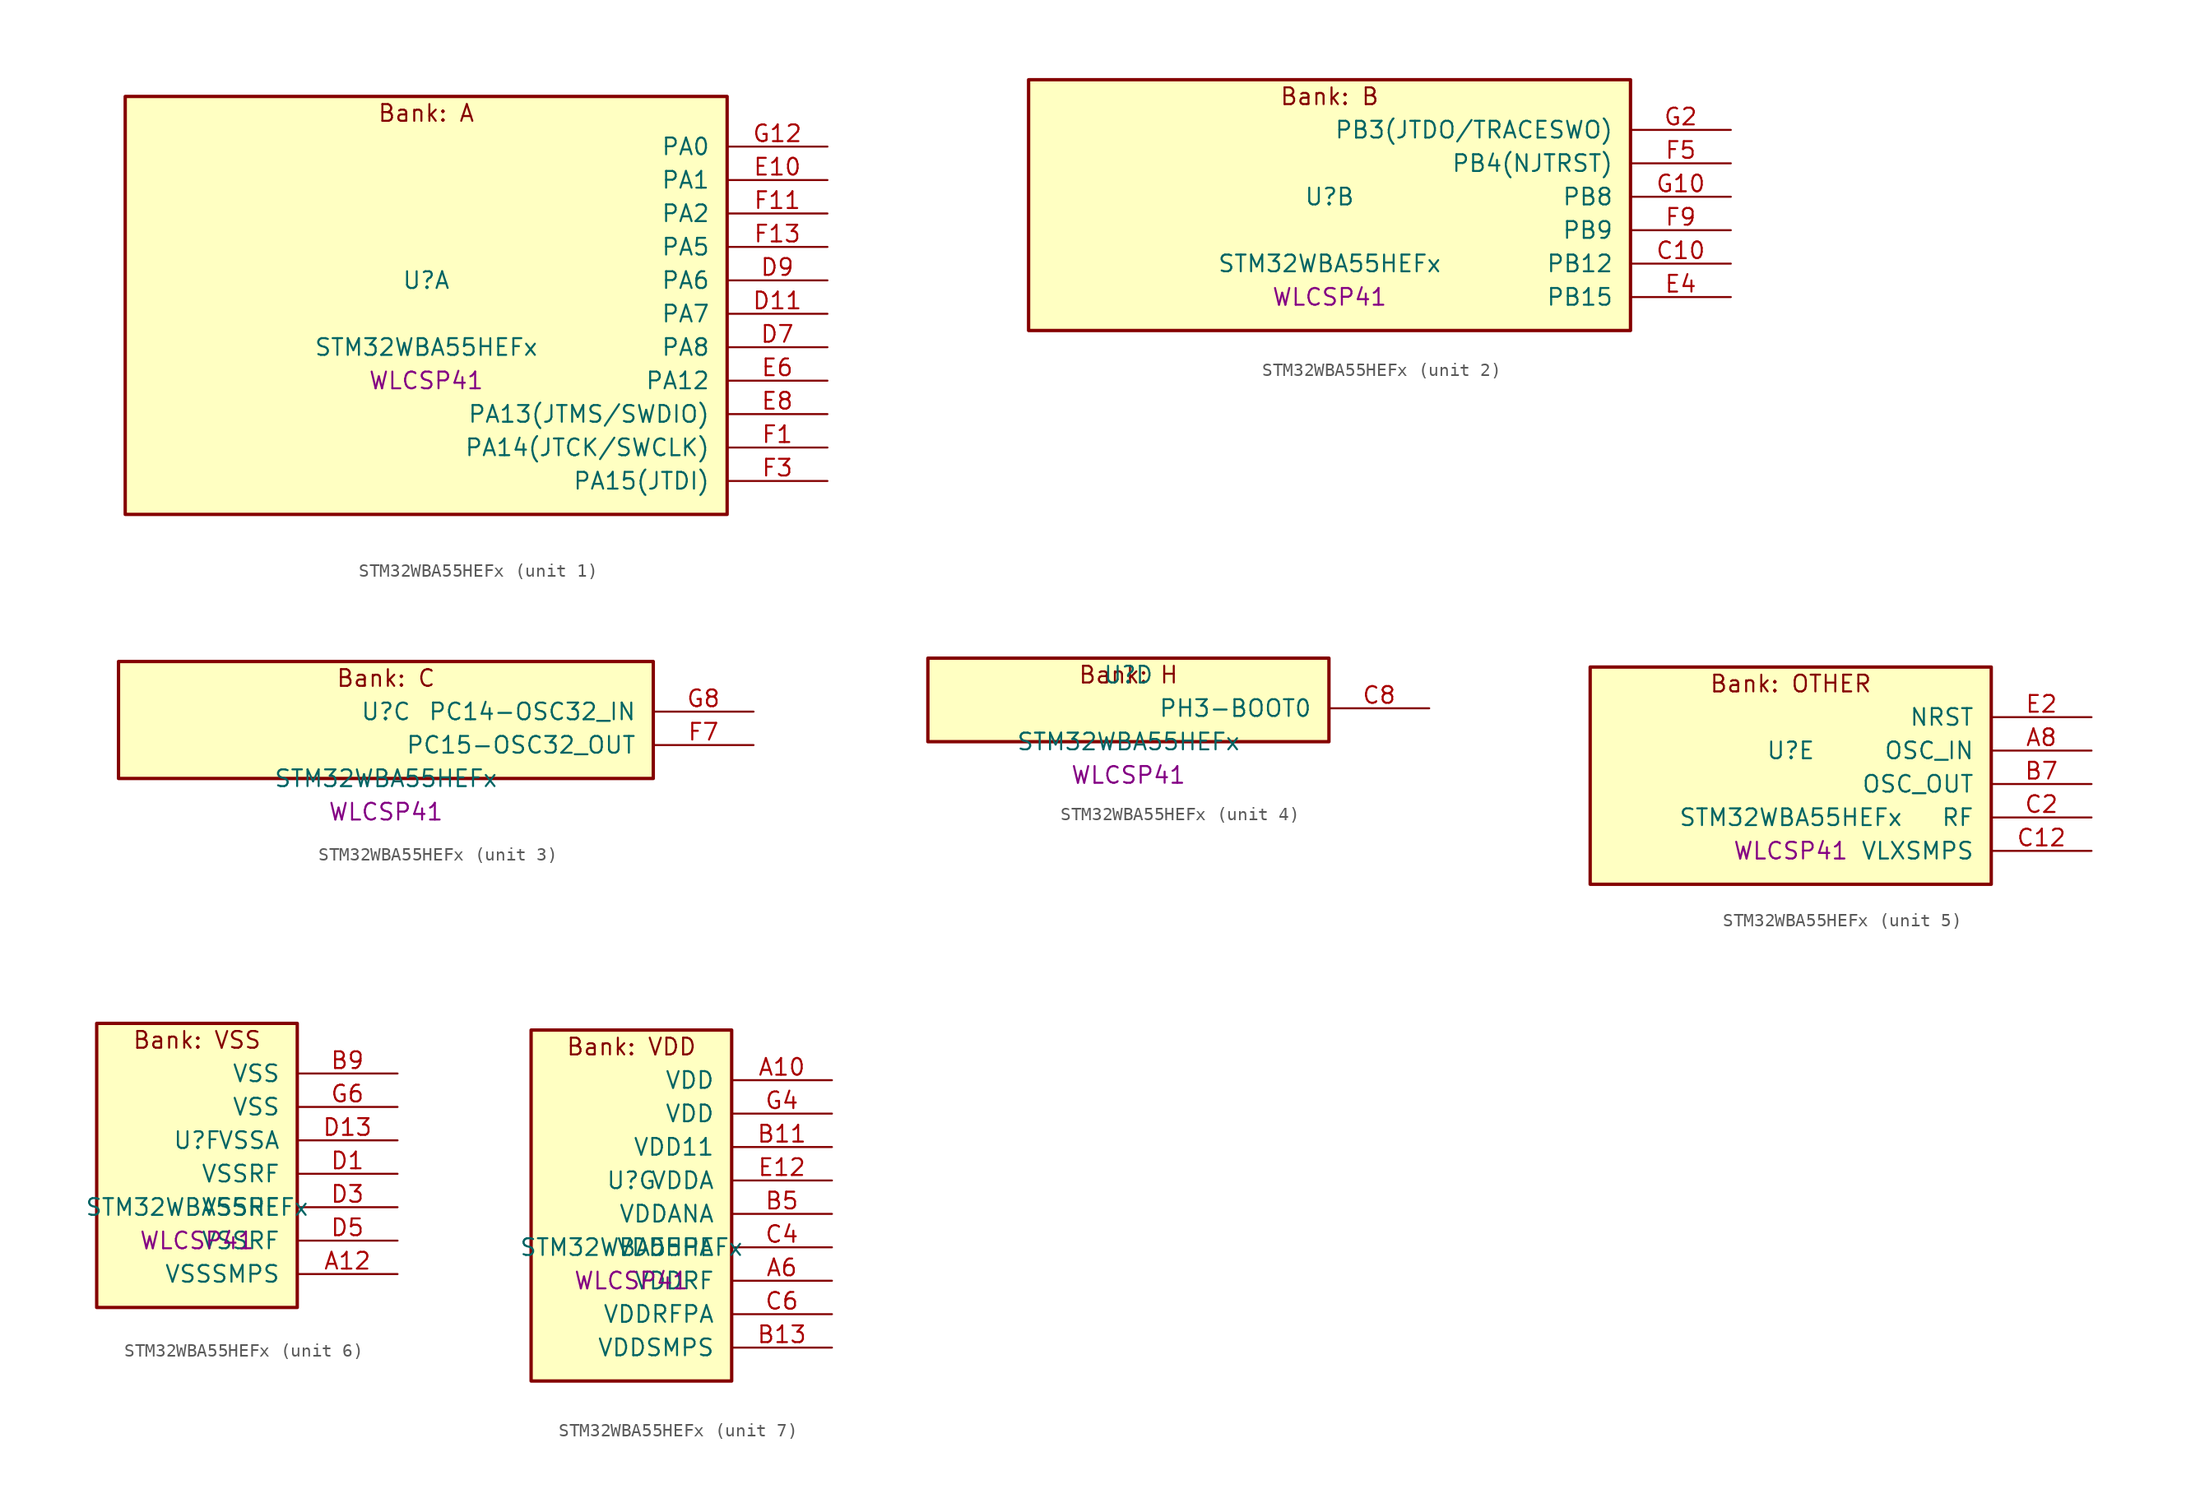
<source format=kicad_sym>
(kicad_symbol_lib
  (version 20241209)
  (generator "stm32_pkl_generator")
  (generator_version "1.0")
  (symbol "STM32WBA55HEFx"
    (pin_names
      (offset 1.27))
    (property "Reference" "U"
      (at 0 2.54 0))
    (property "Value" "STM32WBA55HEFx"
      (at 0 -2.54 0))
    (property "Footprint" "WLCSP41"
      (at 0 -5.08 0))
    (symbol "STM32WBA55HEFx_1_1"
      (rectangle (start -22.86 16.51) (end 22.86 -15.24) (stroke (width 0.254) (type solid)) (fill (type background)))
      (text "Bank: A" (at 0 15.24 0))
      (pin bidirectional line (at 30.48 12.7 180) (length 7.62) (name "PA0") (number "G12") (alternate "PA0/ADC4_IN9" bidirectional line) (alternate "PA0/COMP2_INP" bidirectional line) (alternate "PA0/LPTIM1_IN1" bidirectional line) (alternate "PA0/LPUART1_CTS" bidirectional line) (alternate "PA0/PWR_WKUP1" bidirectional line) (alternate "PA0/SPI3_SCK" bidirectional line) (alternate "PA0/TIM1_CH2N" bidirectional line) (alternate "PA0/TIM3_CH3" bidirectional line) (alternate "PA0/TIM3_ETR" bidirectional line) (alternate "PA0/TSC_G2_IO2" bidirectional line))
      (pin bidirectional line (at 30.48 10.16 180) (length 7.62) (name "PA1") (number "E10") (alternate "PA1/ADC4_IN8" bidirectional line) (alternate "PA1/COMP1_INM" bidirectional line) (alternate "PA1/LPTIM2_CH2" bidirectional line) (alternate "PA1/LPUART1_RX" bidirectional line) (alternate "PA1/PWR_WKUP3" bidirectional line) (alternate "PA1/SAI1_CK1" bidirectional line) (alternate "PA1/SPI1_RDY" bidirectional line) (alternate "PA1/TIM17_CH1" bidirectional line) (alternate "PA1/TIM1_CH1N" bidirectional line) (alternate "PA1/TIM3_CH2" bidirectional line) (alternate "PA1/TSC_G2_IO1" bidirectional line) (alternate "PA1/USART1_CK" bidirectional line))
      (pin bidirectional line (at 30.48 7.62 180) (length 7.62) (name "PA2") (number "F11") (alternate "PA2/ADC4_IN7" bidirectional line) (alternate "PA2/COMP1_INP" bidirectional line) (alternate "PA2/LPUART1_TX" bidirectional line) (alternate "PA2/PWR_WKUP4" bidirectional line) (alternate "PA2/RCC_LSCO" bidirectional line) (alternate "PA2/SAI1_D1" bidirectional line) (alternate "PA2/TIM16_CH1" bidirectional line) (alternate "PA2/TIM1_BKIN" bidirectional line) (alternate "PA2/TIM3_CH1" bidirectional line) (alternate "PA2/TSC_G4_IO4" bidirectional line) (alternate "PA2/USART1_DE" bidirectional line) (alternate "PA2/USART1_RTS" bidirectional line))
      (pin bidirectional line (at 30.48 5.08 180) (length 7.62) (name "PA5") (number "F13") (alternate "PA5/ADC4_IN4" bidirectional line) (alternate "PA5/AUDIOCLK" bidirectional line) (alternate "PA5/LPTIM2_ETR" bidirectional line) (alternate "PA5/PWR_CSLEEP" bidirectional line) (alternate "PA5/PWR_WKUP6" bidirectional line) (alternate "PA5/SAI1_D2" bidirectional line) (alternate "PA5/SPI3_NSS" bidirectional line) (alternate "PA5/TIM2_CH1" bidirectional line) (alternate "PA5/TIM2_ETR" bidirectional line) (alternate "PA5/TSC_G1_IO4" bidirectional line) (alternate "PA5/USART1_CK" bidirectional line))
      (pin bidirectional line (at 30.48 2.54 180) (length 7.62) (name "PA6") (number "D9") (alternate "PA6/ADC4_IN3" bidirectional line) (alternate "PA6/I2C3_SCL" bidirectional line) (alternate "PA6/PWR_CSTOP" bidirectional line) (alternate "PA6/PWR_WKUP7" bidirectional line) (alternate "PA6/SAI1_CK2" bidirectional line) (alternate "PA6/SAI1_MCLK_A" bidirectional line) (alternate "PA6/SPI3_RDY" bidirectional line) (alternate "PA6/TIM2_CH4" bidirectional line) (alternate "PA6/TSC_G1_IO3" bidirectional line) (alternate "PA6/USART1_DE" bidirectional line) (alternate "PA6/USART1_RTS" bidirectional line))
      (pin bidirectional line (at 30.48 0 180) (length 7.62) (name "PA7") (number "D11") (alternate "PA7/ADC4_IN2" bidirectional line) (alternate "PA7/COMP1_OUT" bidirectional line) (alternate "PA7/I2C3_SDA" bidirectional line) (alternate "PA7/PWR_WKUP8" bidirectional line) (alternate "PA7/SAI1_SCK_A" bidirectional line) (alternate "PA7/TAMP_IN1" bidirectional line) (alternate "PA7/TAMP_OUT2" bidirectional line) (alternate "PA7/TIM2_CH3" bidirectional line) (alternate "PA7/TSC_G1_IO2" bidirectional line) (alternate "PA7/USART1_CTS" bidirectional line))
      (pin bidirectional line (at 30.48 -2.54 180) (length 7.62) (name "PA8") (number "D7") (alternate "PA8/ADC4_IN1" bidirectional line) (alternate "PA8/LPTIM1_CH2" bidirectional line) (alternate "PA8/RCC_MCO" bidirectional line) (alternate "PA8/SAI1_FS_A" bidirectional line) (alternate "PA8/SPI3_RDY" bidirectional line) (alternate "PA8/TIM2_CH2" bidirectional line) (alternate "PA8/TSC_G1_IO1" bidirectional line) (alternate "PA8/USART1_RX" bidirectional line))
      (pin bidirectional line (at 30.48 -5.08 180) (length 7.62) (name "PA12") (number "E6") (alternate "PA12/COMP2_OUT" bidirectional line) (alternate "PA12/PTA_STATUS" bidirectional line) (alternate "PA12/PWR_WKUP6" bidirectional line) (alternate "PA12/RF_ANTSW0" bidirectional line) (alternate "PA12/SPI1_NSS" bidirectional line) (alternate "PA12/TIM1_CH2" bidirectional line) (alternate "PA12/TSC_G3_IO4" bidirectional line) (alternate "PA12/USART2_TX" bidirectional line))
      (pin bidirectional line (at 30.48 -7.62 180) (length 7.62) (name "PA13(JTMS/SWDIO)") (number "E8") (alternate "PA13(JTMS/SWDIO)/DEBUG_JTMS-SWDIO" bidirectional line) (alternate "PA13(JTMS/SWDIO)/IR_OUT" bidirectional line) (alternate "PA13(JTMS/SWDIO)/PTA_PRIORITY" bidirectional line))
      (pin bidirectional line (at 30.48 -10.16 180) (length 7.62) (name "PA14(JTCK/SWCLK)") (number "F1") (alternate "PA14(JTCK/SWCLK)/COMP2_OUT" bidirectional line) (alternate "PA14(JTCK/SWCLK)/DEBUG_JTCK-SWCLK" bidirectional line) (alternate "PA14(JTCK/SWCLK)/PTA_STATUS" bidirectional line) (alternate "PA14(JTCK/SWCLK)/TAMP_IN3" bidirectional line) (alternate "PA14(JTCK/SWCLK)/TAMP_OUT6" bidirectional line) (alternate "PA14(JTCK/SWCLK)/USART2_TX" bidirectional line))
      (pin bidirectional line (at 30.48 -12.7 180) (length 7.62) (name "PA15(JTDI)") (number "F3") (alternate "PA15(JTDI)/ADC4_EXTI15" bidirectional line) (alternate "PA15(JTDI)/DEBUG_JTDI" bidirectional line) (alternate "PA15(JTDI)/I2C1_SCL" bidirectional line) (alternate "PA15(JTDI)/LPTIM1_CH2" bidirectional line) (alternate "PA15(JTDI)/PTA_STATUS" bidirectional line) (alternate "PA15(JTDI)/SPI1_MOSI" bidirectional line) (alternate "PA15(JTDI)/TIM17_BKIN" bidirectional line) (alternate "PA15(JTDI)/TIM1_ETR" bidirectional line) (alternate "PA15(JTDI)/TSC_G3_IO3" bidirectional line) (alternate "PA15(JTDI)/USART2_DE" bidirectional line) (alternate "PA15(JTDI)/USART2_RTS" bidirectional line)))
    (symbol "STM32WBA55HEFx_2_1"
      (rectangle (start -22.86 11.43) (end 22.86 -7.62) (stroke (width 0.254) (type solid)) (fill (type background)))
      (text "Bank: B" (at 0 10.16 0))
      (pin bidirectional line (at 30.48 7.62 180) (length 7.62) (name "PB3(JTDO/TRACESWO)") (number "G2") (alternate "PB3(JTDO/TRACESWO)/DEBUG_JTDO-SWO" bidirectional line) (alternate "PB3(JTDO/TRACESWO)/I2C1_SDA" bidirectional line) (alternate "PB3(JTDO/TRACESWO)/LPTIM1_IN2" bidirectional line) (alternate "PB3(JTDO/TRACESWO)/PTA_ACTIVE" bidirectional line) (alternate "PB3(JTDO/TRACESWO)/SPI1_MISO" bidirectional line) (alternate "PB3(JTDO/TRACESWO)/TIM17_CH1N" bidirectional line) (alternate "PB3(JTDO/TRACESWO)/TIM1_CH4" bidirectional line) (alternate "PB3(JTDO/TRACESWO)/TSC_G3_IO2" bidirectional line) (alternate "PB3(JTDO/TRACESWO)/USART2_CK" bidirectional line))
      (pin bidirectional line (at 30.48 5.08 180) (length 7.62) (name "PB4(NJTRST)") (number "F5") (alternate "PB4(NJTRST)/DEBUG_JTRST" bidirectional line) (alternate "PB4(NJTRST)/LPTIM2_IN2" bidirectional line) (alternate "PB4(NJTRST)/PTA_ACTIVE" bidirectional line) (alternate "PB4(NJTRST)/PTA_PRIORITY" bidirectional line) (alternate "PB4(NJTRST)/SAI1_MCLK_B" bidirectional line) (alternate "PB4(NJTRST)/SPI1_SCK" bidirectional line) (alternate "PB4(NJTRST)/TIM17_CH1" bidirectional line) (alternate "PB4(NJTRST)/TIM1_CH3" bidirectional line) (alternate "PB4(NJTRST)/TSC_G3_IO1" bidirectional line) (alternate "PB4(NJTRST)/USART2_RX" bidirectional line))
      (pin bidirectional line (at 30.48 2.54 180) (length 7.62) (name "PB8") (number "G10") (alternate "PB8/COMP1_OUT" bidirectional line) (alternate "PB8/LPTIM1_ETR" bidirectional line) (alternate "PB8/PWR_PVD_IN" bidirectional line) (alternate "PB8/SPI3_MOSI" bidirectional line) (alternate "PB8/TIM16_CH1N" bidirectional line) (alternate "PB8/TIM1_CH1" bidirectional line) (alternate "PB8/TIM3_ETR" bidirectional line) (alternate "PB8/TSC_G2_IO4" bidirectional line) (alternate "PB8/USART2_RX" bidirectional line))
      (pin bidirectional line (at 30.48 0 180) (length 7.62) (name "PB9") (number "F9") (alternate "PB9/ADC4_IN10" bidirectional line) (alternate "PB9/COMP2_INM" bidirectional line) (alternate "PB9/IR_OUT" bidirectional line) (alternate "PB9/LPTIM2_IN1" bidirectional line) (alternate "PB9/LPUART1_DE" bidirectional line) (alternate "PB9/LPUART1_RTS" bidirectional line) (alternate "PB9/PWR_WKUP8" bidirectional line) (alternate "PB9/SPI3_MISO" bidirectional line) (alternate "PB9/TIM16_CH1" bidirectional line) (alternate "PB9/TIM1_CH3N" bidirectional line) (alternate "PB9/TIM3_CH4" bidirectional line) (alternate "PB9/TSC_G2_IO3" bidirectional line))
      (pin bidirectional line (at 30.48 -2.54 180) (length 7.62) (name "PB12") (number "C10") (alternate "PB12/SAI1_SD_A" bidirectional line) (alternate "PB12/SPI1_RDY" bidirectional line) (alternate "PB12/TIM2_CH1" bidirectional line) (alternate "PB12/TIM2_ETR" bidirectional line) (alternate "PB12/TIM3_ETR" bidirectional line) (alternate "PB12/TSC_SYNC" bidirectional line) (alternate "PB12/USART1_TX" bidirectional line))
      (pin bidirectional line (at 30.48 -5.08 180) (length 7.62) (name "PB15") (number "E4") (alternate "PB15/ADC4_EXTI15" bidirectional line) (alternate "PB15/I2C1_SMBA" bidirectional line) (alternate "PB15/I2C3_SMBA" bidirectional line) (alternate "PB15/LPUART1_CTS" bidirectional line) (alternate "PB15/PTA_GRANT" bidirectional line) (alternate "PB15/RF_EXTPABYP" bidirectional line) (alternate "PB15/TIM16_BKIN" bidirectional line) (alternate "PB15/TIM1_BKIN2" bidirectional line) (alternate "PB15/USART2_CTS" bidirectional line)))
    (symbol "STM32WBA55HEFx_3_1"
      (rectangle (start -20.32 6.35) (end 20.32 -2.54) (stroke (width 0.254) (type solid)) (fill (type background)))
      (text "Bank: C" (at 0 5.08 0))
      (pin bidirectional line (at 27.94 2.54 180) (length 7.62) (name "PC14-OSC32_IN") (number "G8") (alternate "PC14-OSC32_IN/RCC_OSC32_IN" bidirectional line))
      (pin bidirectional line (at 27.94 0 180) (length 7.62) (name "PC15-OSC32_OUT") (number "F7") (alternate "PC15-OSC32_OUT/ADC4_EXTI15" bidirectional line) (alternate "PC15-OSC32_OUT/RCC_OSC32_OUT" bidirectional line)))
    (symbol "STM32WBA55HEFx_4_1"
      (rectangle (start -15.24 3.81) (end 15.24 -2.54) (stroke (width 0.254) (type solid)) (fill (type background)))
      (text "Bank: H" (at 0 2.54 0))
      (pin bidirectional line (at 22.86 0 180) (length 7.62) (name "PH3-BOOT0") (number "C8") (alternate "PH3-BOOT0/PTA_GRANT" bidirectional line) (alternate "PH3-BOOT0/RF_EXTPABYP" bidirectional line) (alternate "PH3-BOOT0/TAMP_IN2" bidirectional line) (alternate "PH3-BOOT0/TAMP_OUT1" bidirectional line)))
    (symbol "STM32WBA55HEFx_5_1"
      (rectangle (start -15.24 8.89) (end 15.24 -7.62) (stroke (width 0.254) (type solid)) (fill (type background)))
      (text "Bank: OTHER" (at 0 7.62 0))
      (pin input line (at 22.86 5.08 180) (length 7.62) (name "NRST") (number "E2"))
      (pin bidirectional line (at 22.86 2.54 180) (length 7.62) (name "OSC_IN") (number "A8") (alternate "OSC_IN/RCC_OSC_IN" bidirectional line))
      (pin bidirectional line (at 22.86 0 180) (length 7.62) (name "OSC_OUT") (number "B7") (alternate "OSC_OUT/RCC_OSC_OUT" bidirectional line))
      (pin bidirectional line (at 22.86 -2.54 180) (length 7.62) (name "RF") (number "C2"))
      (pin power_in line (at 22.86 -5.08 180) (length 7.62) (name "VLXSMPS") (number "C12")))
    (symbol "STM32WBA55HEFx_6_1"
      (rectangle (start -7.62 11.43) (end 7.62 -10.16) (stroke (width 0.254) (type solid)) (fill (type background)))
      (text "Bank: VSS" (at 0 10.16 0))
      (pin power_in line (at 15.24 7.62 180) (length 7.62) (name "VSS") (number "B9"))
      (pin power_in line (at 15.24 5.08 180) (length 7.62) (name "VSS") (number "G6"))
      (pin power_in line (at 15.24 2.54 180) (length 7.62) (name "VSSA") (number "D13"))
      (pin power_in line (at 15.24 0 180) (length 7.62) (name "VSSRF") (number "D1"))
      (pin power_in line (at 15.24 -2.54 180) (length 7.62) (name "VSSRF") (number "D3"))
      (pin power_in line (at 15.24 -5.08 180) (length 7.62) (name "VSSRF") (number "D5"))
      (pin power_in line (at 15.24 -7.62 180) (length 7.62) (name "VSSSMPS") (number "A12")))
    (symbol "STM32WBA55HEFx_7_1"
      (rectangle (start -7.62 13.97) (end 7.62 -12.7) (stroke (width 0.254) (type solid)) (fill (type background)))
      (text "Bank: VDD" (at 0 12.7 0))
      (pin power_in line (at 15.24 10.16 180) (length 7.62) (name "VDD") (number "A10"))
      (pin power_in line (at 15.24 7.62 180) (length 7.62) (name "VDD") (number "G4"))
      (pin power_in line (at 15.24 5.08 180) (length 7.62) (name "VDD11") (number "B11"))
      (pin power_in line (at 15.24 2.54 180) (length 7.62) (name "VDDA") (number "E12"))
      (pin power_in line (at 15.24 0 180) (length 7.62) (name "VDDANA") (number "B5"))
      (pin power_in line (at 15.24 -2.54 180) (length 7.62) (name "VDDHPA") (number "C4"))
      (pin power_in line (at 15.24 -5.08 180) (length 7.62) (name "VDDRF") (number "A6"))
      (pin power_in line (at 15.24 -7.62 180) (length 7.62) (name "VDDRFPA") (number "C6"))
      (pin power_in line (at 15.24 -10.16 180) (length 7.62) (name "VDDSMPS") (number "B13")))))
</source>
